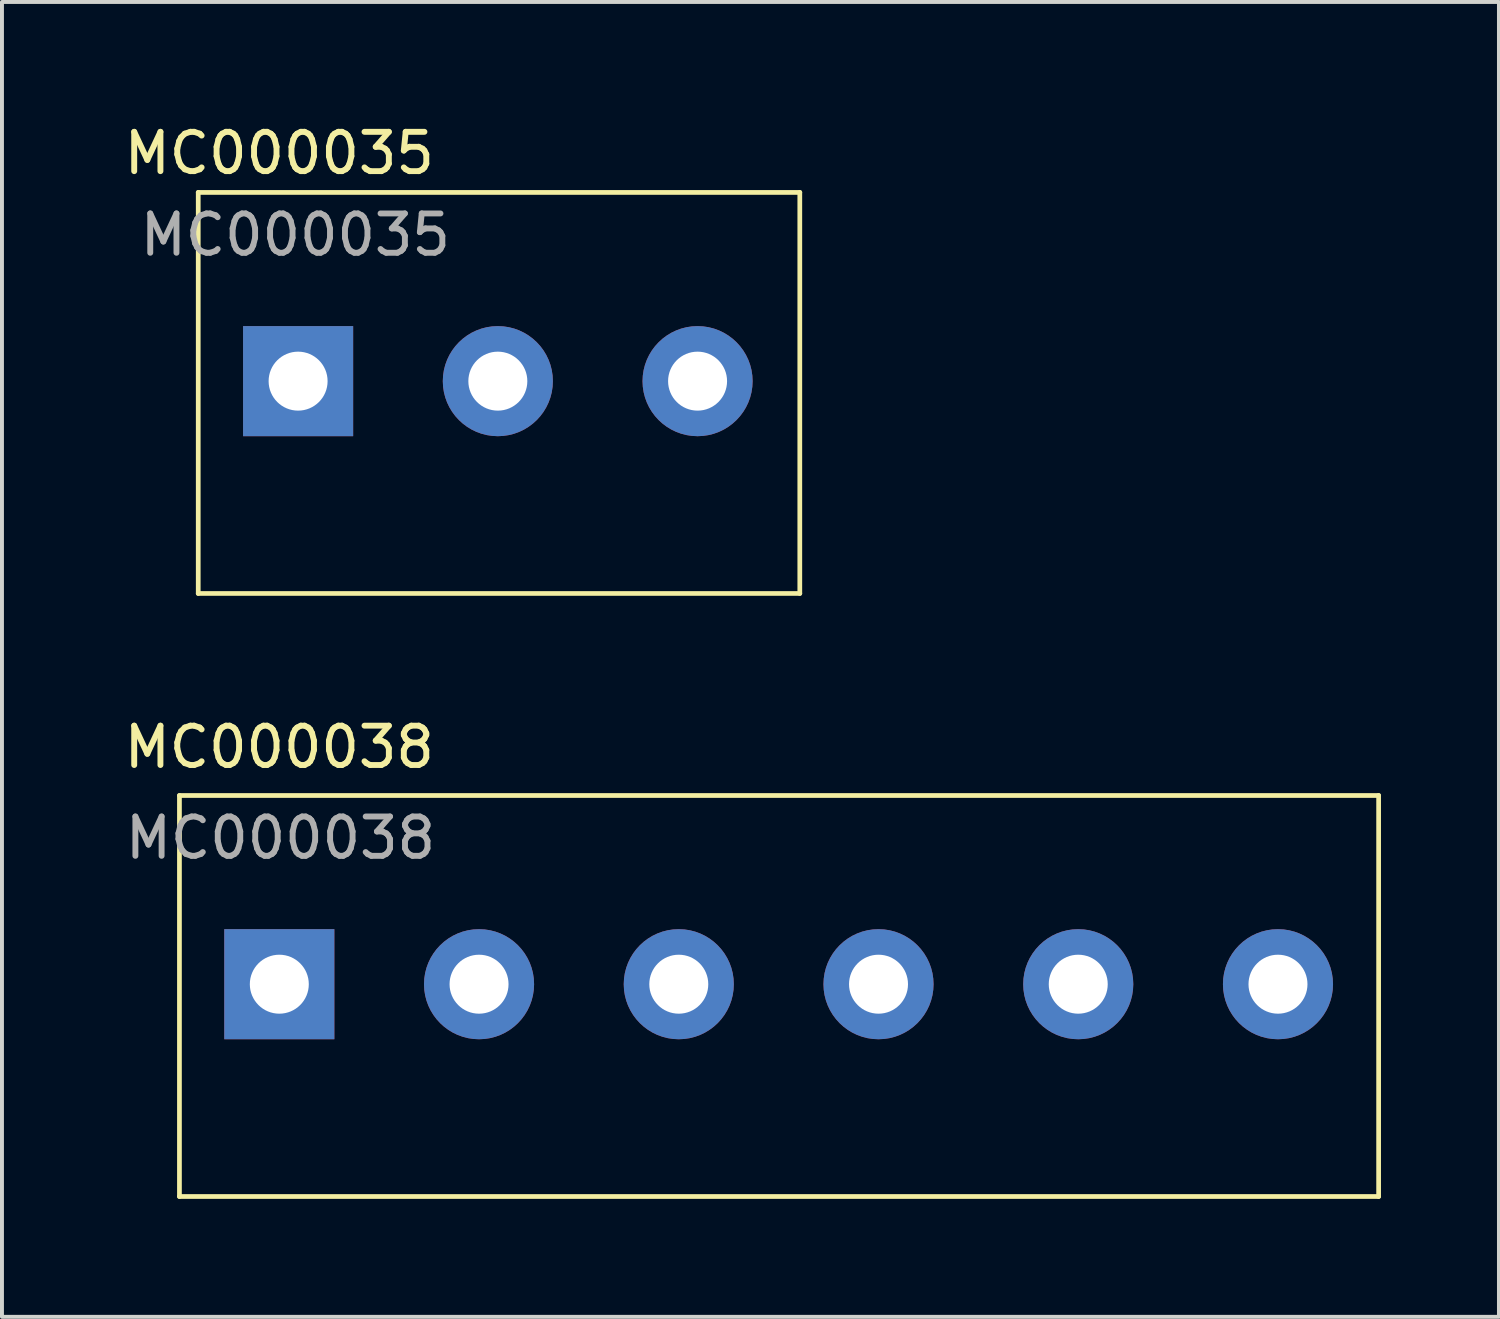
<source format=kicad_pcb>
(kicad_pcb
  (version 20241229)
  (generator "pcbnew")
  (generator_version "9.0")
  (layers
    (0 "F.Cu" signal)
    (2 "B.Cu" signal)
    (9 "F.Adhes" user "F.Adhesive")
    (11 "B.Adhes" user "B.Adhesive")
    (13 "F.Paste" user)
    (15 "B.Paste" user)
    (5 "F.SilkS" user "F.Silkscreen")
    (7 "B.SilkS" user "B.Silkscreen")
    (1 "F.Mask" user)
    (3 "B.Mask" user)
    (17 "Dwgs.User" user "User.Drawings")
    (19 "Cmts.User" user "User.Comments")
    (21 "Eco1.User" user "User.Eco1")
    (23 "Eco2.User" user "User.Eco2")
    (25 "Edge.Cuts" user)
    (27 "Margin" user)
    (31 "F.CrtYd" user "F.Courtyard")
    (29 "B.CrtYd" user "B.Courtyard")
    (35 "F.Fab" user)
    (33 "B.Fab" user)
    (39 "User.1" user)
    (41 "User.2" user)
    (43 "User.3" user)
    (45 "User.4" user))
  (footprint "MC000035"
    (layer "F.Cu")
    (at 9.642 6.944)
    (property "Reference" "MC000035" (at -5.588 -6.096 0) (layer "F.SilkS") (effects (font (size 1 1) (thickness 0.15))))
    (attr through_hole)
    (fp_line (start -7.65 -5.1) (end 7.65 -5.1) (stroke (width 0.12) (type solid)) (layer "F.SilkS"))
    (fp_line (start -7.65 5.1) (end -7.65 -5.1) (stroke (width 0.12) (type solid)) (layer "F.SilkS"))
    (fp_line (start 7.65 -5.1) (end 7.65 5.1) (stroke (width 0.12) (type solid)) (layer "F.SilkS"))
    (fp_line (start 7.65 5.1) (end -7.65 5.1) (stroke (width 0.12) (type solid)) (layer "F.SilkS"))
    (fp_text user "${REFERENCE}" (at -5.18 -4.02 0) (layer "F.Fab") (effects (font (size 1 1) (thickness 0.15))))
    (pad "1" thru_hole rect (at -5.11 -0.3) (size 2.8 2.8) (drill 1.5) (layers "*.Cu" "*.Mask"))
    (pad "2" thru_hole circle (at -0.03 -0.3) (size 2.8 2.8) (drill 1.5) (layers "*.Cu" "*.Mask"))
    (pad "3" thru_hole circle (at 5.05 -0.3) (size 2.8 2.8) (drill 1.5) (layers "*.Cu" "*.Mask")))
  (footprint "MC000038"
    (layer "F.Cu")
    (at 16.764 22.282)
    (property "Reference" "MC000038" (at -12.71 -6.33 0) (layer "F.SilkS") (effects (font (size 1 1) (thickness 0.15))))
    (attr through_hole)
    (fp_line (start -15.25 -5.1) (end 15.25 -5.1) (stroke (width 0.12) (type solid)) (layer "F.SilkS"))
    (fp_line (start -15.25 5.1) (end -15.25 -5.1) (stroke (width 0.12) (type solid)) (layer "F.SilkS"))
    (fp_line (start 15.25 -5.1) (end 15.25 5.1) (stroke (width 0.12) (type solid)) (layer "F.SilkS"))
    (fp_line (start 15.25 5.1) (end -15.25 5.1) (stroke (width 0.12) (type solid)) (layer "F.SilkS"))
    (fp_text user "${REFERENCE}" (at -12.68 -4.02 0) (layer "F.Fab") (effects (font (size 1 1) (thickness 0.15))))
    (pad "1" thru_hole rect (at -12.71 -0.3) (size 2.8 2.8) (drill 1.5) (layers "*.Cu" "*.Mask"))
    (pad "2" thru_hole circle (at -7.63 -0.3) (size 2.8 2.8) (drill 1.5) (layers "*.Cu" "*.Mask"))
    (pad "3" thru_hole circle (at -2.55 -0.3) (size 2.8 2.8) (drill 1.5) (layers "*.Cu" "*.Mask"))
    (pad "4" thru_hole circle (at 2.53 -0.3) (size 2.8 2.8) (drill 1.5) (layers "*.Cu" "*.Mask"))
    (pad "5" thru_hole circle (at 7.61 -0.3) (size 2.8 2.8) (drill 1.5) (layers "*.Cu" "*.Mask"))
    (pad "6" thru_hole circle (at 12.69 -0.3) (size 2.8 2.8) (drill 1.5) (layers "*.Cu" "*.Mask")))
  (gr_rect
    (start -3 -3)
    (end 35.074 30.442)
    (stroke (width 0.1) (type default))
    (fill no)
    (layer "Edge.Cuts")))
</source>
